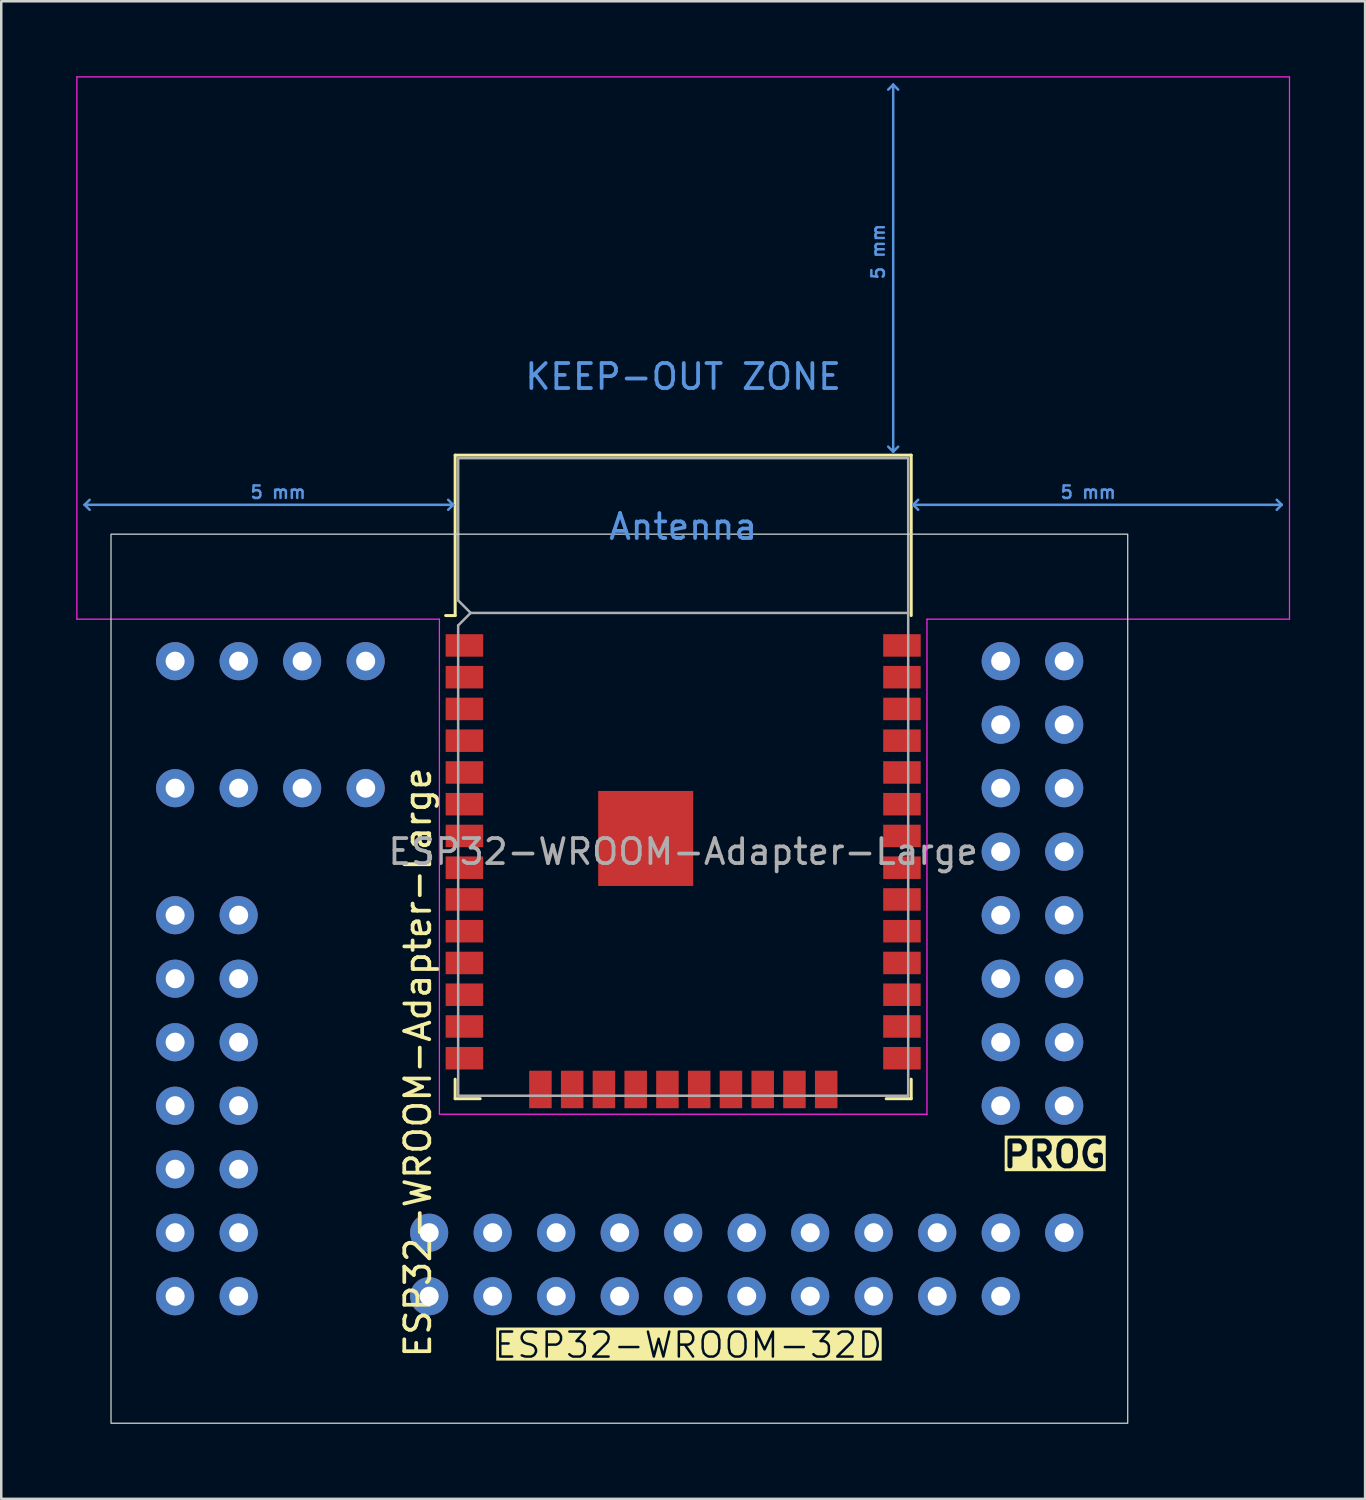
<source format=kicad_pcb>
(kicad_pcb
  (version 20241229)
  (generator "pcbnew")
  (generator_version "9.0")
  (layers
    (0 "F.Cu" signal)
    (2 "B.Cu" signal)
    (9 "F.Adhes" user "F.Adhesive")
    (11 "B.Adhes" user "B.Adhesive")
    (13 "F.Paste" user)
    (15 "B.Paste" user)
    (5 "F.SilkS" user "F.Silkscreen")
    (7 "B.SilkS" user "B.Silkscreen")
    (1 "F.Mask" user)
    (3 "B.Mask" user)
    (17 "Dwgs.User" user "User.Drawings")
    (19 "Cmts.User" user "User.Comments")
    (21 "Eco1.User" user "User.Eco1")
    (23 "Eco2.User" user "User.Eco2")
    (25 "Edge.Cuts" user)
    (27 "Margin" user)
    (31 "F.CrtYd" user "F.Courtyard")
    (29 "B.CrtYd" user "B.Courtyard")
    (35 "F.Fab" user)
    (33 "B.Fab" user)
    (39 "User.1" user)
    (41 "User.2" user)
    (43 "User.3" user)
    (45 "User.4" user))
  (footprint "ESP32-WROOM-Adapter-Large"
    (layer "F.Cu")
    (at 24.275 31.015)
    (property "Reference" "ESP32-WROOM-Adapter-Large" (at -10.61 8.43 90) (layer "F.SilkS") (effects (font (size 1 1) (thickness 0.15))))
    (attr through_hole)
    (fp_line (start -9.12 -15.86) (end -9.12 -9.445) (stroke (width 0.12) (type solid)) (layer "F.SilkS"))
    (fp_line (start -9.12 -15.86) (end 9.12 -15.86) (stroke (width 0.12) (type solid)) (layer "F.SilkS"))
    (fp_line (start -9.12 -9.445) (end -9.5 -9.445) (stroke (width 0.12) (type solid)) (layer "F.SilkS"))
    (fp_line (start -9.12 9.1) (end -9.12 9.88) (stroke (width 0.12) (type solid)) (layer "F.SilkS"))
    (fp_line (start -9.12 9.88) (end -8.12 9.88) (stroke (width 0.12) (type solid)) (layer "F.SilkS"))
    (fp_line (start 9.12 -15.86) (end 9.12 -9.445) (stroke (width 0.12) (type solid)) (layer "F.SilkS"))
    (fp_line (start 9.12 9.1) (end 9.12 9.88) (stroke (width 0.12) (type solid)) (layer "F.SilkS"))
    (fp_line (start 9.12 9.88) (end 8.12 9.88) (stroke (width 0.12) (type solid)) (layer "F.SilkS"))
    (fp_line (start -23.94 -13.875) (end -23.74 -14.075) (stroke (width 0.1) (type solid)) (layer "Cmts.User"))
    (fp_line (start -23.94 -13.875) (end -23.74 -13.675) (stroke (width 0.1) (type solid)) (layer "Cmts.User"))
    (fp_line (start -23.94 -13.875) (end -9.2 -13.875) (stroke (width 0.1) (type solid)) (layer "Cmts.User"))
    (fp_line (start -9.2 -13.875) (end -9.4 -14.075) (stroke (width 0.1) (type solid)) (layer "Cmts.User"))
    (fp_line (start -9.2 -13.875) (end -9.4 -13.675) (stroke (width 0.1) (type solid)) (layer "Cmts.User"))
    (fp_line (start 8.4 -30.68) (end 8.2 -30.48) (stroke (width 0.1) (type solid)) (layer "Cmts.User"))
    (fp_line (start 8.4 -30.68) (end 8.6 -30.48) (stroke (width 0.1) (type solid)) (layer "Cmts.User"))
    (fp_line (start 8.4 -16) (end 8.2 -16.2) (stroke (width 0.1) (type solid)) (layer "Cmts.User"))
    (fp_line (start 8.4 -16) (end 8.4 -30.68) (stroke (width 0.1) (type solid)) (layer "Cmts.User"))
    (fp_line (start 8.4 -16) (end 8.6 -16.2) (stroke (width 0.1) (type solid)) (layer "Cmts.User"))
    (fp_line (start 9.2 -13.875) (end 9.4 -14.075) (stroke (width 0.1) (type solid)) (layer "Cmts.User"))
    (fp_line (start 9.2 -13.875) (end 9.4 -13.675) (stroke (width 0.1) (type solid)) (layer "Cmts.User"))
    (fp_line (start 9.2 -13.875) (end 23.94 -13.875) (stroke (width 0.1) (type solid)) (layer "Cmts.User"))
    (fp_line (start 23.94 -13.875) (end 23.74 -14.075) (stroke (width 0.1) (type solid)) (layer "Cmts.User"))
    (fp_line (start 23.94 -13.875) (end 23.74 -13.675) (stroke (width 0.1) (type solid)) (layer "Cmts.User"))
    (fp_rect (start -22.885 -12.7) (end 17.78 22.86) (stroke (width 0.05) (type default)) (fill no) (layer "Edge.Cuts"))
    (fp_line (start -24.25 -30.99) (end -24.25 -9.3) (stroke (width 0.05) (type solid)) (layer "F.CrtYd"))
    (fp_line (start -24.25 -30.99) (end 24.25 -30.99) (stroke (width 0.05) (type solid)) (layer "F.CrtYd"))
    (fp_line (start -24.25 -9.3) (end -9.75 -9.3) (stroke (width 0.05) (type solid)) (layer "F.CrtYd"))
    (fp_line (start -9.75 10.5) (end -9.75 -9.3) (stroke (width 0.05) (type solid)) (layer "F.CrtYd"))
    (fp_line (start -9.75 10.5) (end 9.75 10.5) (stroke (width 0.05) (type solid)) (layer "F.CrtYd"))
    (fp_line (start 9.75 -9.3) (end 9.75 10.5) (stroke (width 0.05) (type solid)) (layer "F.CrtYd"))
    (fp_line (start 9.75 -9.3) (end 24.25 -9.3) (stroke (width 0.05) (type solid)) (layer "F.CrtYd"))
    (fp_line (start 24.25 -30.99) (end 24.25 -9.3) (stroke (width 0.05) (type solid)) (layer "F.CrtYd"))
    (fp_line (start -9 -15.74) (end -9 -10.05) (stroke (width 0.1) (type solid)) (layer "F.Fab"))
    (fp_line (start -9 -15.74) (end 9 -15.74) (stroke (width 0.1) (type solid)) (layer "F.Fab"))
    (fp_line (start -9 -9.05) (end -9 9.76) (stroke (width 0.1) (type solid)) (layer "F.Fab"))
    (fp_line (start -9 -9.05) (end -8.5 -9.55) (stroke (width 0.1) (type solid)) (layer "F.Fab"))
    (fp_line (start -9 9.76) (end 9 9.76) (stroke (width 0.1) (type solid)) (layer "F.Fab"))
    (fp_line (start -8.5 -9.55) (end -9 -10.05) (stroke (width 0.1) (type solid)) (layer "F.Fab"))
    (fp_line (start -8.5 -9.55) (end 9 -9.55) (stroke (width 0.1) (type solid)) (layer "F.Fab"))
    (fp_line (start 9 9.76) (end 9 -15.74) (stroke (width 0.1) (type solid)) (layer "F.Fab"))
    (fp_text user "ESP32-WROOM-32D" (at -7.62 20.32 0) (unlocked yes) (layer "F.SilkS" knockout) (effects (font (size 1 1) (thickness 0.1)) (justify left bottom)))
    (fp_text user "PROG" (at 12.7 12.7 0) (unlocked yes) (layer "F.SilkS" knockout) (effects (font (size 1 1) (thickness 0.2) (bold yes)) (justify left bottom)))
    (fp_text user "5 mm" (at 7.8 -24 90) (layer "Cmts.User") (effects (font (size 0.5 0.5) (thickness 0.1))))
    (fp_text user "5 mm" (at 16.2 -14.375 0) (layer "Cmts.User") (effects (font (size 0.5 0.5) (thickness 0.1))))
    (fp_text user "Antenna" (at 0 -13 0) (layer "Cmts.User") (effects (font (size 1 1) (thickness 0.15))))
    (fp_text user "5 mm" (at -16.2 -14.375 0) (layer "Cmts.User") (effects (font (size 0.5 0.5) (thickness 0.1))))
    (fp_text user "KEEP-OUT ZONE" (at 0 -19 0) (layer "Cmts.User") (effects (font (size 1 1) (thickness 0.15))))
    (fp_text user "${REFERENCE}" (at 0 0 0) (layer "F.Fab") (effects (font (size 1 1) (thickness 0.15))))
    (pad "" thru_hole circle (at -20.32 10.16) (size 1.524 1.524) (drill 0.762) (layers "*.Cu" "*.Mask"))
    (pad "" thru_hole circle (at -20.32 17.78 90) (size 1.524 1.524) (drill 0.762) (layers "*.Cu" "*.Mask"))
    (pad "" thru_hole circle (at -17.78 10.16) (size 1.524 1.524) (drill 0.762) (layers "*.Cu" "*.Mask"))
    (pad "" thru_hole circle (at -17.78 17.78 90) (size 1.524 1.524) (drill 0.762) (layers "*.Cu" "*.Mask"))
    (pad "" thru_hole circle (at -10.16 17.78 90) (size 1.524 1.524) (drill 0.762) (layers "*.Cu" "*.Mask"))
    (pad "" thru_hole circle (at -7.62 17.78 90) (size 1.524 1.524) (drill 0.762) (layers "*.Cu" "*.Mask"))
    (pad "" thru_hole circle (at -5.08 17.78 90) (size 1.524 1.524) (drill 0.762) (layers "*.Cu" "*.Mask"))
    (pad "" thru_hole circle (at -2.54 17.78 90) (size 1.524 1.524) (drill 0.762) (layers "*.Cu" "*.Mask"))
    (pad "" thru_hole circle (at 0 17.78 90) (size 1.524 1.524) (drill 0.762) (layers "*.Cu" "*.Mask"))
    (pad "" thru_hole circle (at 2.54 17.78 90) (size 1.524 1.524) (drill 0.762) (layers "*.Cu" "*.Mask"))
    (pad "" thru_hole circle (at 5.08 17.78 90) (size 1.524 1.524) (drill 0.762) (layers "*.Cu" "*.Mask"))
    (pad "" thru_hole circle (at 7.62 17.78 90) (size 1.524 1.524) (drill 0.762) (layers "*.Cu" "*.Mask"))
    (pad "" thru_hole circle (at 10.16 17.78 90) (size 1.524 1.524) (drill 0.762) (layers "*.Cu" "*.Mask"))
    (pad "" thru_hole circle (at 12.7 17.78 90) (size 1.524 1.524) (drill 0.762) (layers "*.Cu" "*.Mask"))
    (pad "" thru_hole circle (at 15.24 15.24 90) (size 1.524 1.524) (drill 0.762) (layers "*.Cu" "*.Mask"))
    (pad "1" thru_hole circle (at -12.7 -7.62) (size 1.524 1.524) (drill 0.762) (layers "*.Cu" "*.Mask"))
    (pad "1" smd rect (at -8.75 -8.25) (size 1.5 0.9) (layers "F.Cu" "F.Mask" "F.Paste"))
    (pad "2" thru_hole circle (at -20.32 15.24 90) (size 1.524 1.524) (drill 0.762) (layers "*.Cu" "*.Mask"))
    (pad "2" thru_hole circle (at -15.24 -7.62) (size 1.524 1.524) (drill 0.762) (layers "*.Cu" "*.Mask"))
    (pad "2" smd rect (at -8.75 -6.98) (size 1.5 0.9) (layers "F.Cu" "F.Mask" "F.Paste"))
    (pad "3" thru_hole circle (at -17.78 -7.62) (size 1.524 1.524) (drill 0.762) (layers "*.Cu" "*.Mask"))
    (pad "3" smd rect (at -8.75 -5.71) (size 1.5 0.9) (layers "F.Cu" "F.Mask" "F.Paste"))
    (pad "4" thru_hole circle (at -20.32 -7.62) (size 1.524 1.524) (drill 0.762) (layers "*.Cu" "*.Mask"))
    (pad "4" smd rect (at -8.75 -4.44) (size 1.5 0.9) (layers "F.Cu" "F.Mask" "F.Paste"))
    (pad "5" thru_hole circle (at -12.7 -2.54) (size 1.524 1.524) (drill 0.762) (layers "*.Cu" "*.Mask"))
    (pad "5" smd rect (at -8.75 -3.17) (size 1.5 0.9) (layers "F.Cu" "F.Mask" "F.Paste"))
    (pad "6" thru_hole circle (at -15.24 -2.54) (size 1.524 1.524) (drill 0.762) (layers "*.Cu" "*.Mask"))
    (pad "6" smd rect (at -8.75 -1.9) (size 1.5 0.9) (layers "F.Cu" "F.Mask" "F.Paste"))
    (pad "7" thru_hole circle (at -17.78 -2.54) (size 1.524 1.524) (drill 0.762) (layers "*.Cu" "*.Mask"))
    (pad "7" smd rect (at -8.75 -0.63) (size 1.5 0.9) (layers "F.Cu" "F.Mask" "F.Paste"))
    (pad "8" thru_hole circle (at -20.32 -2.54) (size 1.524 1.524) (drill 0.762) (layers "*.Cu" "*.Mask"))
    (pad "8" smd rect (at -8.75 0.64) (size 1.5 0.9) (layers "F.Cu" "F.Mask" "F.Paste"))
    (pad "9" thru_hole circle (at -20.32 2.54) (size 1.524 1.524) (drill 0.762) (layers "*.Cu" "*.Mask"))
    (pad "9" smd rect (at -8.75 1.91) (size 1.5 0.9) (layers "F.Cu" "F.Mask" "F.Paste"))
    (pad "10" thru_hole circle (at -17.78 2.54) (size 1.524 1.524) (drill 0.762) (layers "*.Cu" "*.Mask"))
    (pad "10" smd rect (at -8.75 3.18) (size 1.5 0.9) (layers "F.Cu" "F.Mask" "F.Paste"))
    (pad "11" thru_hole circle (at -20.32 5.08) (size 1.524 1.524) (drill 0.762) (layers "*.Cu" "*.Mask"))
    (pad "11" smd rect (at -8.75 4.45) (size 1.5 0.9) (layers "F.Cu" "F.Mask" "F.Paste"))
    (pad "12" thru_hole circle (at -17.78 5.08) (size 1.524 1.524) (drill 0.762) (layers "*.Cu" "*.Mask"))
    (pad "12" smd rect (at -8.75 5.72) (size 1.5 0.9) (layers "F.Cu" "F.Mask" "F.Paste"))
    (pad "13" thru_hole circle (at -20.32 7.62) (size 1.524 1.524) (drill 0.762) (layers "*.Cu" "*.Mask"))
    (pad "13" smd rect (at -8.75 6.99) (size 1.5 0.9) (layers "F.Cu" "F.Mask" "F.Paste"))
    (pad "14" thru_hole circle (at -17.78 7.62) (size 1.524 1.524) (drill 0.762) (layers "*.Cu" "*.Mask"))
    (pad "14" smd rect (at -8.75 8.26) (size 1.5 0.9) (layers "F.Cu" "F.Mask" "F.Paste"))
    (pad "15" thru_hole circle (at -17.78 15.24 90) (size 1.524 1.524) (drill 0.762) (layers "*.Cu" "*.Mask"))
    (pad "15" thru_hole circle (at -10.16 15.24 90) (size 1.524 1.524) (drill 0.762) (layers "*.Cu" "*.Mask"))
    (pad "15" smd rect (at -5.71 9.51 90) (size 1.5 0.9) (layers "F.Cu" "F.Mask" "F.Paste"))
    (pad "16" thru_hole circle (at -7.62 15.24 90) (size 1.524 1.524) (drill 0.762) (layers "*.Cu" "*.Mask"))
    (pad "16" smd rect (at -4.44 9.51 90) (size 1.5 0.9) (layers "F.Cu" "F.Mask" "F.Paste"))
    (pad "17" thru_hole circle (at -5.08 15.24 90) (size 1.524 1.524) (drill 0.762) (layers "*.Cu" "*.Mask"))
    (pad "17" smd rect (at -3.17 9.51 90) (size 1.5 0.9) (layers "F.Cu" "F.Mask" "F.Paste"))
    (pad "18" thru_hole circle (at -2.54 15.24 90) (size 1.524 1.524) (drill 0.762) (layers "*.Cu" "*.Mask"))
    (pad "18" smd rect (at -1.9 9.51 90) (size 1.5 0.9) (layers "F.Cu" "F.Mask" "F.Paste"))
    (pad "19" smd rect (at -0.63 9.51 90) (size 1.5 0.9) (layers "F.Cu" "F.Mask" "F.Paste"))
    (pad "19" thru_hole circle (at 0 15.24 90) (size 1.524 1.524) (drill 0.762) (layers "*.Cu" "*.Mask"))
    (pad "20" smd rect (at 0.64 9.51 90) (size 1.5 0.9) (layers "F.Cu" "F.Mask" "F.Paste"))
    (pad "20" thru_hole circle (at 2.54 15.24 90) (size 1.524 1.524) (drill 0.762) (layers "*.Cu" "*.Mask"))
    (pad "21" smd rect (at 1.91 9.51 90) (size 1.5 0.9) (layers "F.Cu" "F.Mask" "F.Paste"))
    (pad "21" thru_hole circle (at 5.08 15.24 90) (size 1.524 1.524) (drill 0.762) (layers "*.Cu" "*.Mask"))
    (pad "22" smd rect (at 3.18 9.51 90) (size 1.5 0.9) (layers "F.Cu" "F.Mask" "F.Paste"))
    (pad "22" thru_hole circle (at 7.62 15.24 90) (size 1.524 1.524) (drill 0.762) (layers "*.Cu" "*.Mask"))
    (pad "23" smd rect (at 4.45 9.51 90) (size 1.5 0.9) (layers "F.Cu" "F.Mask" "F.Paste"))
    (pad "23" thru_hole circle (at 10.16 15.24 90) (size 1.524 1.524) (drill 0.762) (layers "*.Cu" "*.Mask"))
    (pad "24" smd rect (at 5.72 9.51 90) (size 1.5 0.9) (layers "F.Cu" "F.Mask" "F.Paste"))
    (pad "24" thru_hole circle (at 12.7 15.24 90) (size 1.524 1.524) (drill 0.762) (layers "*.Cu" "*.Mask"))
    (pad "25" smd rect (at 8.75 8.26) (size 1.5 0.9) (layers "F.Cu" "F.Mask" "F.Paste"))
    (pad "25" thru_hole circle (at 12.7 10.16) (size 1.524 1.524) (drill 0.762) (layers "*.Cu" "*.Mask"))
    (pad "25" thru_hole circle (at 15.24 7.62) (size 1.524 1.524) (drill 0.762) (layers "*.Cu" "*.Mask"))
    (pad "26" smd rect (at 8.75 6.99) (size 1.5 0.9) (layers "F.Cu" "F.Mask" "F.Paste"))
    (pad "26" thru_hole circle (at 12.7 7.62) (size 1.524 1.524) (drill 0.762) (layers "*.Cu" "*.Mask"))
    (pad "27" smd rect (at 8.75 5.72) (size 1.5 0.9) (layers "F.Cu" "F.Mask" "F.Paste"))
    (pad "27" thru_hole circle (at 15.24 5.08) (size 1.524 1.524) (drill 0.762) (layers "*.Cu" "*.Mask"))
    (pad "28" smd rect (at 8.75 4.45) (size 1.5 0.9) (layers "F.Cu" "F.Mask" "F.Paste"))
    (pad "28" thru_hole circle (at 12.7 5.08) (size 1.524 1.524) (drill 0.762) (layers "*.Cu" "*.Mask"))
    (pad "29" smd rect (at 8.75 3.18) (size 1.5 0.9) (layers "F.Cu" "F.Mask" "F.Paste"))
    (pad "29" thru_hole circle (at 15.24 2.54) (size 1.524 1.524) (drill 0.762) (layers "*.Cu" "*.Mask"))
    (pad "30" smd rect (at 8.75 1.91) (size 1.5 0.9) (layers "F.Cu" "F.Mask" "F.Paste"))
    (pad "30" thru_hole circle (at 12.7 2.54) (size 1.524 1.524) (drill 0.762) (layers "*.Cu" "*.Mask"))
    (pad "31" smd rect (at 8.75 0.64) (size 1.5 0.9) (layers "F.Cu" "F.Mask" "F.Paste"))
    (pad "31" thru_hole circle (at 15.24 0) (size 1.524 1.524) (drill 0.762) (layers "*.Cu" "*.Mask"))
    (pad "32" smd rect (at 8.75 -0.63) (size 1.5 0.9) (layers "F.Cu" "F.Mask" "F.Paste"))
    (pad "32" thru_hole circle (at 12.7 0) (size 1.524 1.524) (drill 0.762) (layers "*.Cu" "*.Mask"))
    (pad "33" smd rect (at 8.75 -1.9) (size 1.5 0.9) (layers "F.Cu" "F.Mask" "F.Paste"))
    (pad "33" thru_hole circle (at 15.24 -2.54) (size 1.524 1.524) (drill 0.762) (layers "*.Cu" "*.Mask"))
    (pad "34" smd rect (at 8.75 -3.17) (size 1.5 0.9) (layers "F.Cu" "F.Mask" "F.Paste"))
    (pad "34" thru_hole circle (at 12.7 -2.54) (size 1.524 1.524) (drill 0.762) (layers "*.Cu" "*.Mask"))
    (pad "35" smd rect (at 8.75 -4.44) (size 1.5 0.9) (layers "F.Cu" "F.Mask" "F.Paste"))
    (pad "35" thru_hole circle (at 15.24 -5.08) (size 1.524 1.524) (drill 0.762) (layers "*.Cu" "*.Mask"))
    (pad "36" smd rect (at 8.75 -5.71) (size 1.5 0.9) (layers "F.Cu" "F.Mask" "F.Paste"))
    (pad "36" thru_hole circle (at 12.7 -5.08) (size 1.524 1.524) (drill 0.762) (layers "*.Cu" "*.Mask"))
    (pad "37" smd rect (at 8.75 -6.98) (size 1.5 0.9) (layers "F.Cu" "F.Mask" "F.Paste"))
    (pad "37" thru_hole circle (at 15.24 -7.62) (size 1.524 1.524) (drill 0.762) (layers "*.Cu" "*.Mask"))
    (pad "38" smd rect (at 8.75 -8.25) (size 1.5 0.9) (layers "F.Cu" "F.Mask" "F.Paste"))
    (pad "38" thru_hole circle (at 12.7 -7.62) (size 1.524 1.524) (drill 0.762) (layers "*.Cu" "*.Mask"))
    (pad "38" thru_hole circle (at 15.24 10.16) (size 1.524 1.524) (drill 0.762) (layers "*.Cu" "*.Mask"))
    (pad "39" smd rect (at -1.5 -0.53) (size 3.8 3.8) (layers "F.Cu" "F.Mask"))
    (pad "LED" thru_hole circle (at -20.32 12.7 90) (size 1.524 1.524) (drill 0.762) (layers "*.Cu" "*.Mask"))
    (pad "LED" thru_hole circle (at -17.78 12.7 90) (size 1.524 1.524) (drill 0.762) (layers "*.Cu" "*.Mask"))
    (zone (net_name "") (layers "F.Cu" "B.Cu") (hatch full 0.508) (connect_pads) (min_thickness 0.254) (filled_areas_thickness no) (keepout (tracks not_allowed) (vias not_allowed) (pads not_allowed) (copperpour not_allowed) (footprints not_allowed)) (placement (enabled no)) (fill) (polygon (pts (xy 0.275 21.465) (xy 48.275 21.465) (xy 48.275 0.275) (xy 0.275 0.275)))))
  (gr_rect
    (start -3 -3)
    (end 51.55 56.9)
    (stroke (width 0.1) (type default))
    (fill no)
    (layer "Edge.Cuts")))
</source>
